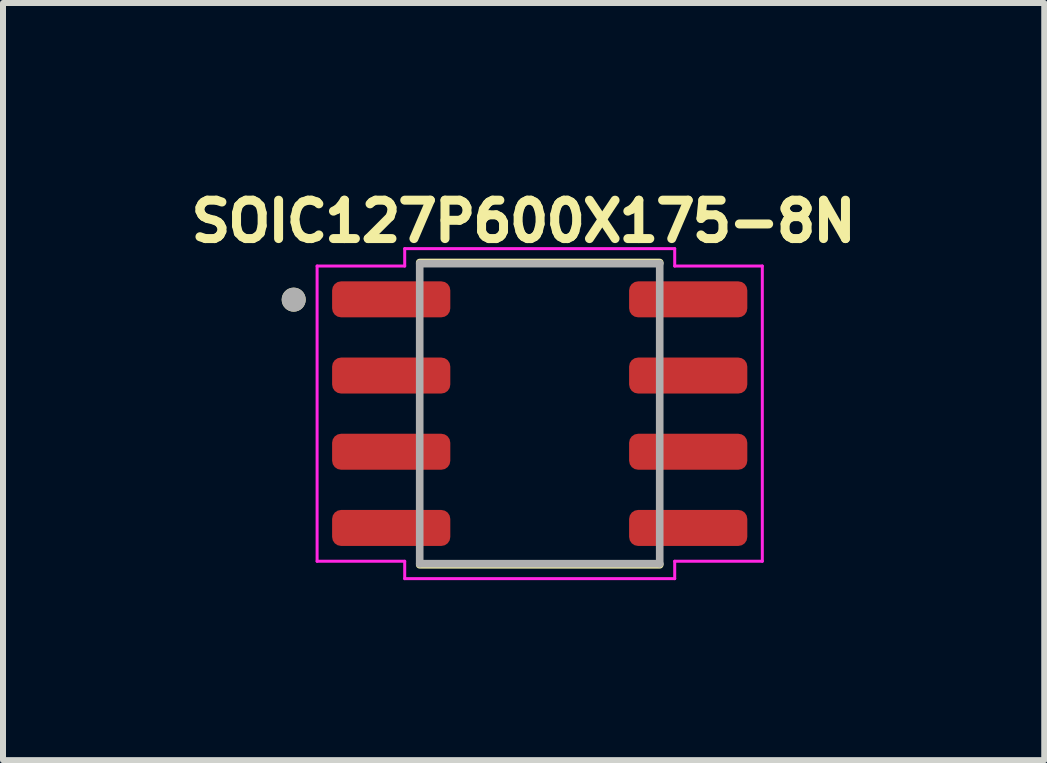
<source format=kicad_pcb>
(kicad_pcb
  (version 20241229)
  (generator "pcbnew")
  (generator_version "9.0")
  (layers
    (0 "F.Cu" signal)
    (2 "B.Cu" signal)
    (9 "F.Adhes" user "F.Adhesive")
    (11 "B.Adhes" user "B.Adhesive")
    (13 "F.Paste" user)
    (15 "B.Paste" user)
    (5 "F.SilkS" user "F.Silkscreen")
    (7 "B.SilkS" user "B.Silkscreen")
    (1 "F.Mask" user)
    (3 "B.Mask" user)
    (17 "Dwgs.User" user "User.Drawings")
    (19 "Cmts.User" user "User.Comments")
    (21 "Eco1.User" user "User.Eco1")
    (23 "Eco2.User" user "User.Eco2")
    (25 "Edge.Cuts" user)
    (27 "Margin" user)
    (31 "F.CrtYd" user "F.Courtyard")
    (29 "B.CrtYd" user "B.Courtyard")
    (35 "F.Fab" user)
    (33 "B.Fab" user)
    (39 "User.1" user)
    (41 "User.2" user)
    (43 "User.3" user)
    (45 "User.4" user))
  (footprint "SOIC127P600X175-8N"
    (layer "F.Cu")
    (at 5.945 3.844)
    (property "Reference" "SOIC127P600X175-8N" (at -0.268 -3.206 0) (layer "F.SilkS") (effects (font (size 0.64 0.64) (thickness 0.15))))
    (attr smd)
    (fp_line (start -2 -2.519) (end 2 -2.519) (stroke (width 0.127) (type solid)) (layer "F.SilkS"))
    (fp_line (start -2 2.519) (end 2 2.519) (stroke (width 0.127) (type solid)) (layer "F.SilkS"))
    (fp_circle (center -4.1 -1.9) (end -4 -1.9) (stroke (width 0.2) (type solid)) (fill no) (layer "F.SilkS"))
    (fp_line (start -3.71 -2.46) (end -2.25 -2.46) (stroke (width 0.05) (type solid)) (layer "F.CrtYd"))
    (fp_line (start -3.71 2.46) (end -3.71 -2.46) (stroke (width 0.05) (type solid)) (layer "F.CrtYd"))
    (fp_line (start -2.25 -2.75) (end 2.25 -2.75) (stroke (width 0.05) (type solid)) (layer "F.CrtYd"))
    (fp_line (start -2.25 -2.46) (end -2.25 -2.75) (stroke (width 0.05) (type solid)) (layer "F.CrtYd"))
    (fp_line (start -2.25 2.46) (end -3.71 2.46) (stroke (width 0.05) (type solid)) (layer "F.CrtYd"))
    (fp_line (start -2.25 2.75) (end -2.25 2.46) (stroke (width 0.05) (type solid)) (layer "F.CrtYd"))
    (fp_line (start 2.25 -2.75) (end 2.25 -2.46) (stroke (width 0.05) (type solid)) (layer "F.CrtYd"))
    (fp_line (start 2.25 -2.46) (end 3.71 -2.46) (stroke (width 0.05) (type solid)) (layer "F.CrtYd"))
    (fp_line (start 2.25 2.46) (end 2.25 2.75) (stroke (width 0.05) (type solid)) (layer "F.CrtYd"))
    (fp_line (start 2.25 2.75) (end -2.25 2.75) (stroke (width 0.05) (type solid)) (layer "F.CrtYd"))
    (fp_line (start 3.71 -2.46) (end 3.71 2.46) (stroke (width 0.05) (type solid)) (layer "F.CrtYd"))
    (fp_line (start 3.71 2.46) (end 2.25 2.46) (stroke (width 0.05) (type solid)) (layer "F.CrtYd"))
    (fp_line (start -2 -2.5) (end 2 -2.5) (stroke (width 0.127) (type solid)) (layer "F.Fab"))
    (fp_line (start -2 2.5) (end -2 -2.5) (stroke (width 0.127) (type solid)) (layer "F.Fab"))
    (fp_line (start 2 -2.5) (end 2 2.5) (stroke (width 0.127) (type solid)) (layer "F.Fab"))
    (fp_line (start 2 2.5) (end -2 2.5) (stroke (width 0.127) (type solid)) (layer "F.Fab"))
    (fp_circle (center -4.1 -1.9) (end -4 -1.9) (stroke (width 0.2) (type solid)) (fill no) (layer "F.Fab"))
    (pad "1" smd roundrect (at -2.475 -1.905) (size 1.97 0.6) (layers "F.Cu" "F.Mask" "F.Paste") (roundrect_rratio 0.25))
    (pad "2" smd roundrect (at -2.475 -0.635) (size 1.97 0.6) (layers "F.Cu" "F.Mask" "F.Paste") (roundrect_rratio 0.25))
    (pad "3" smd roundrect (at -2.475 0.635) (size 1.97 0.6) (layers "F.Cu" "F.Mask" "F.Paste") (roundrect_rratio 0.25))
    (pad "4" smd roundrect (at -2.475 1.905) (size 1.97 0.6) (layers "F.Cu" "F.Mask" "F.Paste") (roundrect_rratio 0.25))
    (pad "5" smd roundrect (at 2.475 1.905) (size 1.97 0.6) (layers "F.Cu" "F.Mask" "F.Paste") (roundrect_rratio 0.25))
    (pad "6" smd roundrect (at 2.475 0.635) (size 1.97 0.6) (layers "F.Cu" "F.Mask" "F.Paste") (roundrect_rratio 0.25))
    (pad "7" smd roundrect (at 2.475 -0.635) (size 1.97 0.6) (layers "F.Cu" "F.Mask" "F.Paste") (roundrect_rratio 0.25))
    (pad "8" smd roundrect (at 2.475 -1.905) (size 1.97 0.6) (layers "F.Cu" "F.Mask" "F.Paste") (roundrect_rratio 0.25)))
  (gr_rect
    (start -3 -3)
    (end 14.354 9.619)
    (stroke (width 0.1) (type default))
    (fill no)
    (layer "Edge.Cuts")))
</source>
